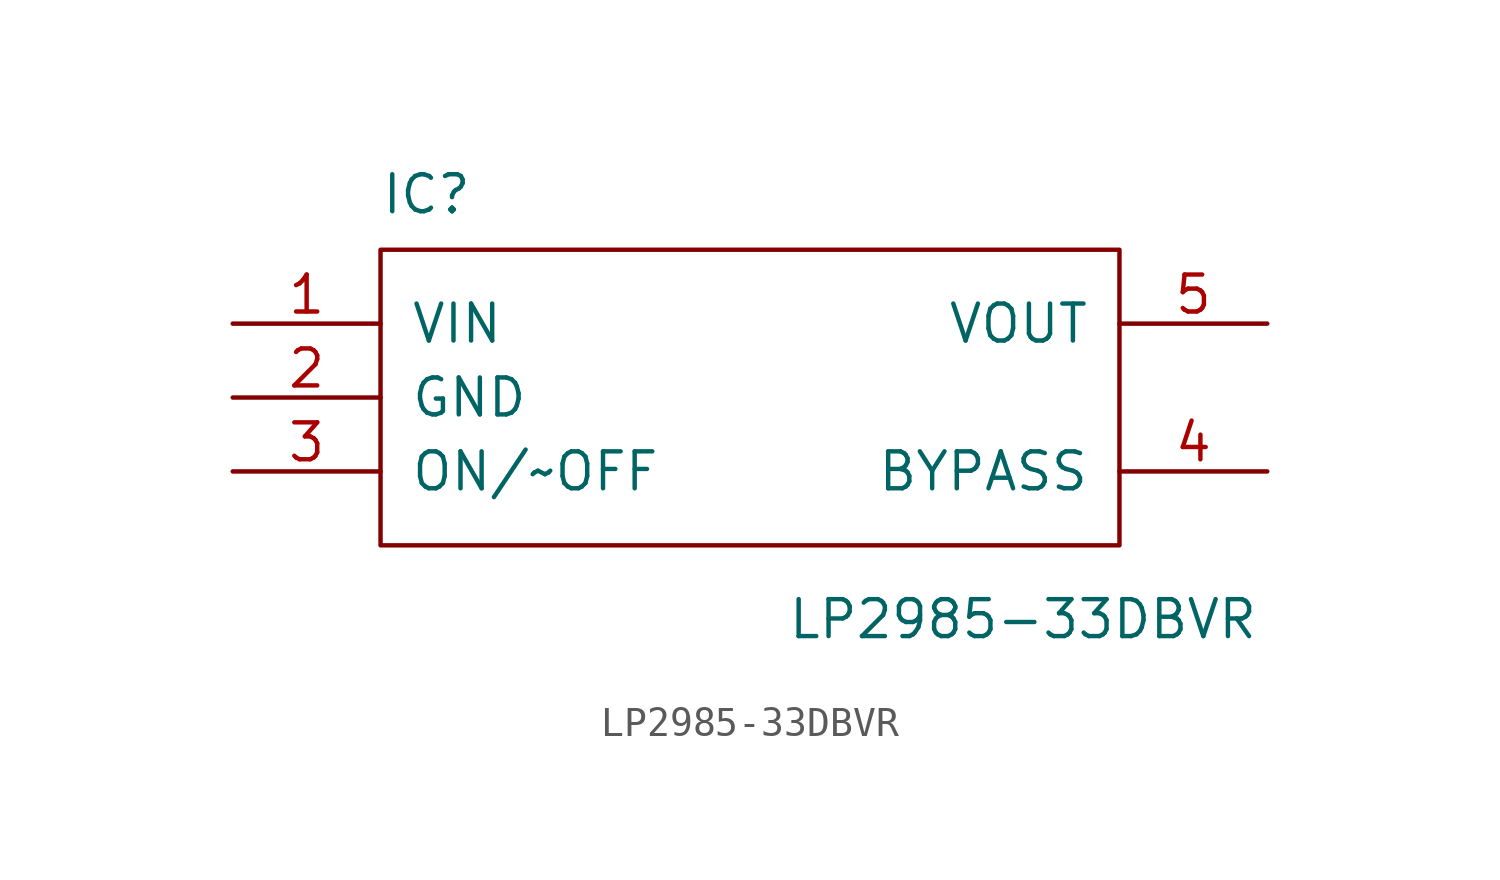
<source format=kicad_sym>
(kicad_symbol_lib
  (version 20210619)
  (generator kicad_symbol_editor)
  (symbol "LP2985-33DBVR"
    (pin_names
      (offset 1.016))
    (property "Reference" "IC"
      (at -12.065 6.985 0)
      (effects (font (size 1.27 1.27)) (justify left)))
    (property "Value" "LP2985-33DBVR"
      (at 1.905 -7.62 0)
      (effects (font (size 1.27 1.27)) (justify left)))
    (symbol "LP2985-33DBVR_1_1"
      (polyline (pts (xy -12.065 5.08) (xy 13.335 5.08) (xy 13.335 -5.08) (xy -12.065 -5.08) (xy -12.065 5.08)) (stroke (width 0.152)) (fill (type none)))
      (pin power_in line (at -17.145 2.54 0) (length 5.08) (name "VIN" (effects (font (size 1.27 1.27)))) (number "1" (effects (font (size 1.27 1.27)))))
      (pin power_in line (at -17.145 0 0) (length 5.08) (name "GND" (effects (font (size 1.27 1.27)))) (number "2" (effects (font (size 1.27 1.27)))))
      (pin input line (at -17.145 -2.54 0) (length 5.08) (name "ON/~OFF" (effects (font (size 1.27 1.27)))) (number "3" (effects (font (size 1.27 1.27)))))
      (pin bidirectional line (at 18.415 -2.54 180) (length 5.08) (name "BYPASS" (effects (font (size 1.27 1.27)))) (number "4" (effects (font (size 1.27 1.27)))))
      (pin output line (at 18.415 2.54 180) (length 5.08) (name "VOUT" (effects (font (size 1.27 1.27)))) (number "5" (effects (font (size 1.27 1.27))))))))
</source>
